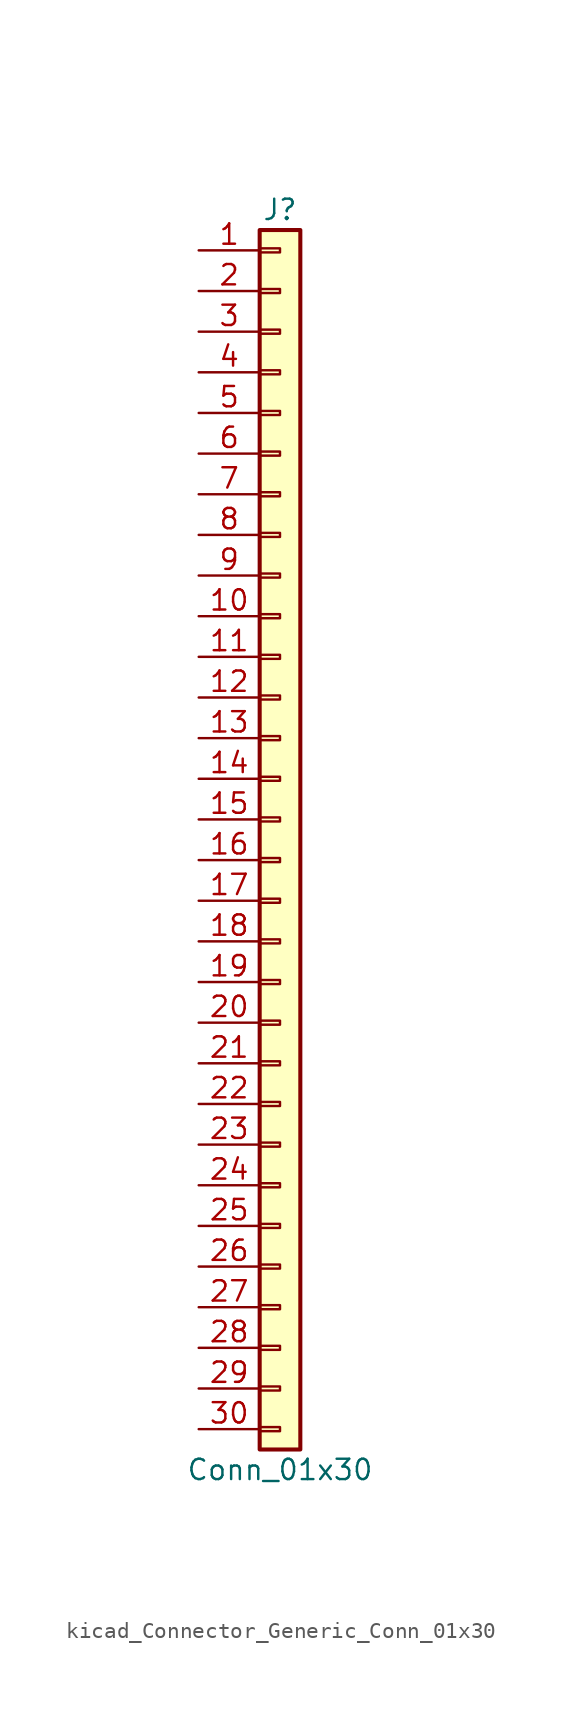
<source format=kicad_sym>
(kicad_symbol_lib
  (version 20220914)
  (generator kicad_symbol_editor)
  (symbol "kicad_Connector_Generic_Conn_01x30"
    (pin_names
      (offset 1.016) hide)
    (property "Reference" "J"
      (at 0 38.1 0)
      (effects (font (size 1.27 1.27))))
    (property "Value" "Conn_01x30"
      (at 0 -40.64 0)
      (effects (font (size 1.27 1.27))))
    (symbol "kicad_Connector_Generic_Conn_01x30_1_1"
      (rectangle (start -1.27 -37.973) (end 0 -38.227) (stroke (width 0.152) (type default)) (fill (type none)))
      (rectangle (start -1.27 -35.433) (end 0 -35.687) (stroke (width 0.152) (type default)) (fill (type none)))
      (rectangle (start -1.27 -32.893) (end 0 -33.147) (stroke (width 0.152) (type default)) (fill (type none)))
      (rectangle (start -1.27 -30.353) (end 0 -30.607) (stroke (width 0.152) (type default)) (fill (type none)))
      (rectangle (start -1.27 -27.813) (end 0 -28.067) (stroke (width 0.152) (type default)) (fill (type none)))
      (rectangle (start -1.27 -25.273) (end 0 -25.527) (stroke (width 0.152) (type default)) (fill (type none)))
      (rectangle (start -1.27 -22.733) (end 0 -22.987) (stroke (width 0.152) (type default)) (fill (type none)))
      (rectangle (start -1.27 -20.193) (end 0 -20.447) (stroke (width 0.152) (type default)) (fill (type none)))
      (rectangle (start -1.27 -17.653) (end 0 -17.907) (stroke (width 0.152) (type default)) (fill (type none)))
      (rectangle (start -1.27 -15.113) (end 0 -15.367) (stroke (width 0.152) (type default)) (fill (type none)))
      (rectangle (start -1.27 -12.573) (end 0 -12.827) (stroke (width 0.152) (type default)) (fill (type none)))
      (rectangle (start -1.27 -10.033) (end 0 -10.287) (stroke (width 0.152) (type default)) (fill (type none)))
      (rectangle (start -1.27 -7.493) (end 0 -7.747) (stroke (width 0.152) (type default)) (fill (type none)))
      (rectangle (start -1.27 -4.953) (end 0 -5.207) (stroke (width 0.152) (type default)) (fill (type none)))
      (rectangle (start -1.27 -2.413) (end 0 -2.667) (stroke (width 0.152) (type default)) (fill (type none)))
      (rectangle (start -1.27 0.127) (end 0 -0.127) (stroke (width 0.152) (type default)) (fill (type none)))
      (rectangle (start -1.27 2.667) (end 0 2.413) (stroke (width 0.152) (type default)) (fill (type none)))
      (rectangle (start -1.27 5.207) (end 0 4.953) (stroke (width 0.152) (type default)) (fill (type none)))
      (rectangle (start -1.27 7.747) (end 0 7.493) (stroke (width 0.152) (type default)) (fill (type none)))
      (rectangle (start -1.27 10.287) (end 0 10.033) (stroke (width 0.152) (type default)) (fill (type none)))
      (rectangle (start -1.27 12.827) (end 0 12.573) (stroke (width 0.152) (type default)) (fill (type none)))
      (rectangle (start -1.27 15.367) (end 0 15.113) (stroke (width 0.152) (type default)) (fill (type none)))
      (rectangle (start -1.27 17.907) (end 0 17.653) (stroke (width 0.152) (type default)) (fill (type none)))
      (rectangle (start -1.27 20.447) (end 0 20.193) (stroke (width 0.152) (type default)) (fill (type none)))
      (rectangle (start -1.27 22.987) (end 0 22.733) (stroke (width 0.152) (type default)) (fill (type none)))
      (rectangle (start -1.27 25.527) (end 0 25.273) (stroke (width 0.152) (type default)) (fill (type none)))
      (rectangle (start -1.27 28.067) (end 0 27.813) (stroke (width 0.152) (type default)) (fill (type none)))
      (rectangle (start -1.27 30.607) (end 0 30.353) (stroke (width 0.152) (type default)) (fill (type none)))
      (rectangle (start -1.27 33.147) (end 0 32.893) (stroke (width 0.152) (type default)) (fill (type none)))
      (rectangle (start -1.27 35.687) (end 0 35.433) (stroke (width 0.152) (type default)) (fill (type none)))
      (rectangle (start -1.27 36.83) (end 1.27 -39.37) (stroke (width 0.254) (type default)) (fill (type background)))
      (pin passive line (at -5.08 35.56 0) (length 3.81) (name "Pin_1" (effects (font (size 1.27 1.27)))) (number "1" (effects (font (size 1.27 1.27)))))
      (pin passive line (at -5.08 12.7 0) (length 3.81) (name "Pin_10" (effects (font (size 1.27 1.27)))) (number "10" (effects (font (size 1.27 1.27)))))
      (pin passive line (at -5.08 10.16 0) (length 3.81) (name "Pin_11" (effects (font (size 1.27 1.27)))) (number "11" (effects (font (size 1.27 1.27)))))
      (pin passive line (at -5.08 7.62 0) (length 3.81) (name "Pin_12" (effects (font (size 1.27 1.27)))) (number "12" (effects (font (size 1.27 1.27)))))
      (pin passive line (at -5.08 5.08 0) (length 3.81) (name "Pin_13" (effects (font (size 1.27 1.27)))) (number "13" (effects (font (size 1.27 1.27)))))
      (pin passive line (at -5.08 2.54 0) (length 3.81) (name "Pin_14" (effects (font (size 1.27 1.27)))) (number "14" (effects (font (size 1.27 1.27)))))
      (pin passive line (at -5.08 0 0) (length 3.81) (name "Pin_15" (effects (font (size 1.27 1.27)))) (number "15" (effects (font (size 1.27 1.27)))))
      (pin passive line (at -5.08 -2.54 0) (length 3.81) (name "Pin_16" (effects (font (size 1.27 1.27)))) (number "16" (effects (font (size 1.27 1.27)))))
      (pin passive line (at -5.08 -5.08 0) (length 3.81) (name "Pin_17" (effects (font (size 1.27 1.27)))) (number "17" (effects (font (size 1.27 1.27)))))
      (pin passive line (at -5.08 -7.62 0) (length 3.81) (name "Pin_18" (effects (font (size 1.27 1.27)))) (number "18" (effects (font (size 1.27 1.27)))))
      (pin passive line (at -5.08 -10.16 0) (length 3.81) (name "Pin_19" (effects (font (size 1.27 1.27)))) (number "19" (effects (font (size 1.27 1.27)))))
      (pin passive line (at -5.08 33.02 0) (length 3.81) (name "Pin_2" (effects (font (size 1.27 1.27)))) (number "2" (effects (font (size 1.27 1.27)))))
      (pin passive line (at -5.08 -12.7 0) (length 3.81) (name "Pin_20" (effects (font (size 1.27 1.27)))) (number "20" (effects (font (size 1.27 1.27)))))
      (pin passive line (at -5.08 -15.24 0) (length 3.81) (name "Pin_21" (effects (font (size 1.27 1.27)))) (number "21" (effects (font (size 1.27 1.27)))))
      (pin passive line (at -5.08 -17.78 0) (length 3.81) (name "Pin_22" (effects (font (size 1.27 1.27)))) (number "22" (effects (font (size 1.27 1.27)))))
      (pin passive line (at -5.08 -20.32 0) (length 3.81) (name "Pin_23" (effects (font (size 1.27 1.27)))) (number "23" (effects (font (size 1.27 1.27)))))
      (pin passive line (at -5.08 -22.86 0) (length 3.81) (name "Pin_24" (effects (font (size 1.27 1.27)))) (number "24" (effects (font (size 1.27 1.27)))))
      (pin passive line (at -5.08 -25.4 0) (length 3.81) (name "Pin_25" (effects (font (size 1.27 1.27)))) (number "25" (effects (font (size 1.27 1.27)))))
      (pin passive line (at -5.08 -27.94 0) (length 3.81) (name "Pin_26" (effects (font (size 1.27 1.27)))) (number "26" (effects (font (size 1.27 1.27)))))
      (pin passive line (at -5.08 -30.48 0) (length 3.81) (name "Pin_27" (effects (font (size 1.27 1.27)))) (number "27" (effects (font (size 1.27 1.27)))))
      (pin passive line (at -5.08 -33.02 0) (length 3.81) (name "Pin_28" (effects (font (size 1.27 1.27)))) (number "28" (effects (font (size 1.27 1.27)))))
      (pin passive line (at -5.08 -35.56 0) (length 3.81) (name "Pin_29" (effects (font (size 1.27 1.27)))) (number "29" (effects (font (size 1.27 1.27)))))
      (pin passive line (at -5.08 30.48 0) (length 3.81) (name "Pin_3" (effects (font (size 1.27 1.27)))) (number "3" (effects (font (size 1.27 1.27)))))
      (pin passive line (at -5.08 -38.1 0) (length 3.81) (name "Pin_30" (effects (font (size 1.27 1.27)))) (number "30" (effects (font (size 1.27 1.27)))))
      (pin passive line (at -5.08 27.94 0) (length 3.81) (name "Pin_4" (effects (font (size 1.27 1.27)))) (number "4" (effects (font (size 1.27 1.27)))))
      (pin passive line (at -5.08 25.4 0) (length 3.81) (name "Pin_5" (effects (font (size 1.27 1.27)))) (number "5" (effects (font (size 1.27 1.27)))))
      (pin passive line (at -5.08 22.86 0) (length 3.81) (name "Pin_6" (effects (font (size 1.27 1.27)))) (number "6" (effects (font (size 1.27 1.27)))))
      (pin passive line (at -5.08 20.32 0) (length 3.81) (name "Pin_7" (effects (font (size 1.27 1.27)))) (number "7" (effects (font (size 1.27 1.27)))))
      (pin passive line (at -5.08 17.78 0) (length 3.81) (name "Pin_8" (effects (font (size 1.27 1.27)))) (number "8" (effects (font (size 1.27 1.27)))))
      (pin passive line (at -5.08 15.24 0) (length 3.81) (name "Pin_9" (effects (font (size 1.27 1.27)))) (number "9" (effects (font (size 1.27 1.27))))))))
</source>
